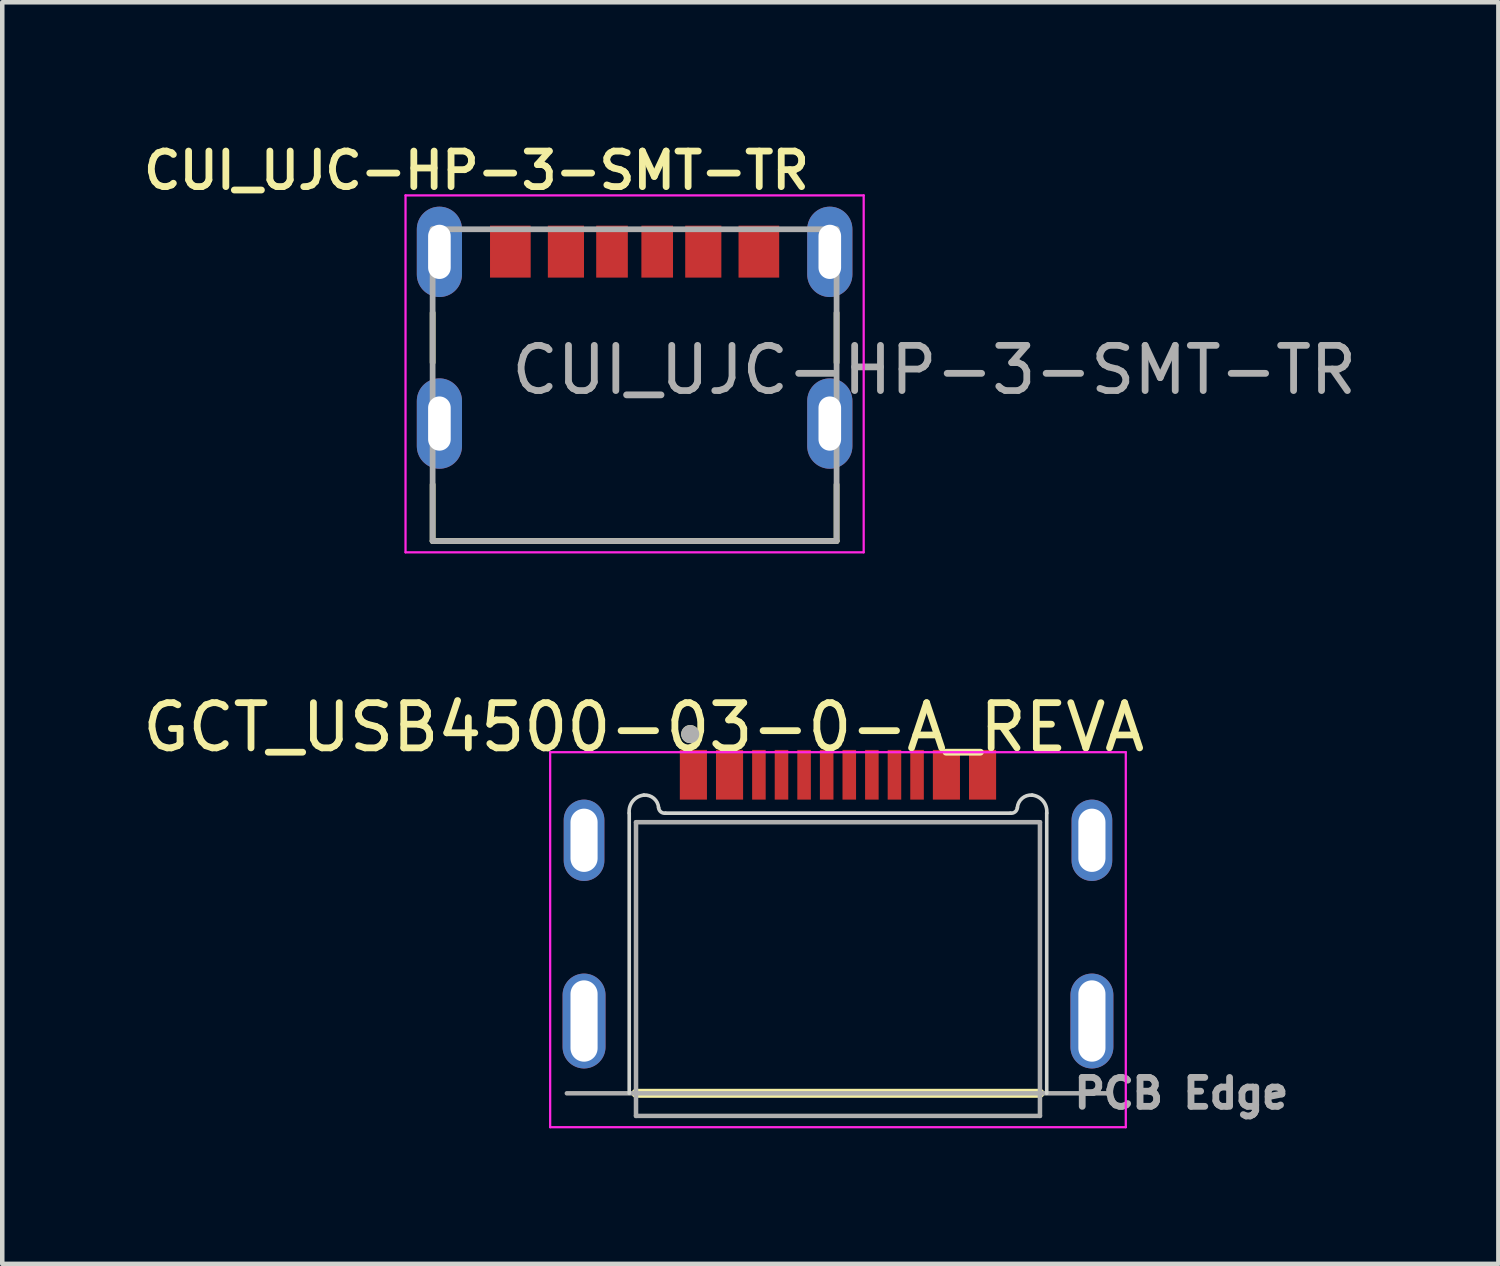
<source format=kicad_pcb>
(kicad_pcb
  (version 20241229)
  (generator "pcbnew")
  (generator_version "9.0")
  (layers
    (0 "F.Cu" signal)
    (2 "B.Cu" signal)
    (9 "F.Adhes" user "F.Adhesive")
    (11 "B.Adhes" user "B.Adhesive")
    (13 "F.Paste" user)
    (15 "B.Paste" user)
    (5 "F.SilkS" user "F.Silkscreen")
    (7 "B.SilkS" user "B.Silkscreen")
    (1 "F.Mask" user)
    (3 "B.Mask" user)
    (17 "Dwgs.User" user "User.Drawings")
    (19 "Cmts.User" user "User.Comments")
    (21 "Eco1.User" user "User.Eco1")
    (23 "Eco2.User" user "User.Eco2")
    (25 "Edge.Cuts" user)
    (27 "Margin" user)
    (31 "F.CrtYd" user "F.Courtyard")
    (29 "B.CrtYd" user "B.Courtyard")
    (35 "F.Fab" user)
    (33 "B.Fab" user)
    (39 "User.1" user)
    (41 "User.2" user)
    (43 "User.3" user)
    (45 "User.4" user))
  (footprint "CUI_UJC-HP-3-SMT-TR"
    (layer "F.Cu")
    (at 10.995 2.524)
    (property "Reference" "CUI_UJC-HP-3-SMT-TR" (at -3.5 -1.8 0) (layer "F.SilkS") (effects (font (size 0.787 0.787) (thickness 0.15))))
    (attr smd)
    (fp_line (start -4.47 2.45) (end -4.47 1.35) (stroke (width 0.127) (type solid)) (layer "F.SilkS"))
    (fp_line (start -4.47 6.4) (end -4.47 5.15) (stroke (width 0.127) (type solid)) (layer "F.SilkS"))
    (fp_line (start -4.47 6.4) (end 4.47 6.4) (stroke (width 0.127) (type solid)) (layer "F.SilkS"))
    (fp_line (start 4.47 2.45) (end 4.47 1.35) (stroke (width 0.127) (type solid)) (layer "F.SilkS"))
    (fp_line (start 4.47 6.4) (end 4.47 5.15) (stroke (width 0.127) (type solid)) (layer "F.SilkS"))
    (fp_line (start -5.07 -1.25) (end -5.07 6.65) (stroke (width 0.05) (type solid)) (layer "F.CrtYd"))
    (fp_line (start -5.07 6.65) (end 5.07 6.65) (stroke (width 0.05) (type solid)) (layer "F.CrtYd"))
    (fp_line (start 5.07 -1.25) (end -5.07 -1.25) (stroke (width 0.05) (type solid)) (layer "F.CrtYd"))
    (fp_line (start 5.07 6.65) (end 5.07 -1.25) (stroke (width 0.05) (type solid)) (layer "F.CrtYd"))
    (fp_line (start -4.47 -0.5) (end -4.47 6.4) (stroke (width 0.127) (type solid)) (layer "F.Fab"))
    (fp_line (start -4.47 6.4) (end 4.47 6.4) (stroke (width 0.127) (type solid)) (layer "F.Fab"))
    (fp_line (start 4.47 -0.5) (end -4.47 -0.5) (stroke (width 0.127) (type solid)) (layer "F.Fab"))
    (fp_line (start 4.47 6.4) (end 4.47 -0.5) (stroke (width 0.127) (type solid)) (layer "F.Fab"))
    (fp_text user "${REFERENCE}" (at -2.8 3.2 0) (unlocked yes) (layer "F.Fab") (effects (font (size 1 1) (thickness 0.15)) (justify left bottom)))
    (pad "A5" smd rect (at -0.5 -0.005 90) (size 1.15 0.7) (layers "F.Cu" "F.Mask" "F.Paste"))
    (pad "A9" smd rect (at 1.52 -0.005 90) (size 1.15 0.8) (layers "F.Cu" "F.Mask" "F.Paste"))
    (pad "A12" smd rect (at 2.75 -0.005 90) (size 1.15 0.9) (layers "F.Cu" "F.Mask" "F.Paste"))
    (pad "B5" smd rect (at 0.5 -0.005 90) (size 1.15 0.7) (layers "F.Cu" "F.Mask" "F.Paste"))
    (pad "B9" smd rect (at -1.52 -0.005 90) (size 1.15 0.8) (layers "F.Cu" "F.Mask" "F.Paste"))
    (pad "B12" smd rect (at -2.75 -0.005 90) (size 1.15 0.9) (layers "F.Cu" "F.Mask" "F.Paste"))
    (pad "S1" thru_hole oval (at -4.32 0) (size 1 2) (drill oval 0.5 1.2) (layers "*.Cu" "*.Mask"))
    (pad "S2" thru_hole oval (at 4.32 0) (size 1 2) (drill oval 0.5 1.2) (layers "*.Cu" "*.Mask"))
    (pad "S3" thru_hole oval (at -4.32 3.8) (size 1 2) (drill oval 0.5 1.2) (layers "*.Cu" "*.Mask"))
    (pad "S4" thru_hole oval (at 4.32 3.8) (size 1 2) (drill oval 0.5 1.2) (layers "*.Cu" "*.Mask")))
  (footprint "GCT_USB4500-03-0-A_REVA"
    (layer "F.Cu")
    (at 15.496 19.547)
    (property "Reference" "GCT_USB4500-03-0-A_REVA" (at -4.3 -6.5 0) (layer "F.SilkS") (effects (font (size 1 1) (thickness 0.15))))
    (attr smd)
    (fp_line (start -4.47 1.6) (end 4.47 1.6) (stroke (width 0.2) (type solid)) (layer "F.SilkS"))
    (fp_circle (center -3.27 -6.35) (end -3.17 -6.35) (stroke (width 0.2) (type solid)) (fill no) (layer "F.SilkS"))
    (fp_line (start -4.62 1.6) (end -4.62 -4.6) (stroke (width 0.08) (type solid)) (layer "Edge.Cuts"))
    (fp_line (start -3.82 -4.6) (end 3.82 -4.6) (stroke (width 0.08) (type solid)) (layer "Edge.Cuts"))
    (fp_line (start 4.62 -4.6) (end 4.62 1.6) (stroke (width 0.08) (type solid)) (layer "Edge.Cuts"))
    (fp_arc (start -4.619999 -4.6) (mid -4.540342 -4.867309) (end -4.295 -5) (stroke (width 0.08) (type solid)) (layer "Edge.Cuts"))
    (fp_arc (start -4.295 -5) (mid -4.07451 -4.92731) (end -3.97 -4.72) (stroke (width 0.08) (type solid)) (layer "Edge.Cuts"))
    (fp_arc (start -3.820001 -4.600001) (mid -3.919852 -4.628935) (end -3.969999 -4.72) (stroke (width 0.08) (type solid)) (layer "Edge.Cuts"))
    (fp_arc (start 3.969999 -4.720001) (mid 3.919852 -4.628935) (end 3.82 -4.600001) (stroke (width 0.08) (type solid)) (layer "Edge.Cuts"))
    (fp_arc (start 3.970002 -4.720001) (mid 4.074512 -4.927309) (end 4.295 -4.999999) (stroke (width 0.08) (type solid)) (layer "Edge.Cuts"))
    (fp_arc (start 4.295 -5) (mid 4.540343 -4.86731) (end 4.62 -4.6) (stroke (width 0.08) (type solid)) (layer "Edge.Cuts"))
    (fp_line (start -6.37 -5.95) (end 6.37 -5.95) (stroke (width 0.05) (type solid)) (layer "F.CrtYd"))
    (fp_line (start -6.37 2.35) (end -6.37 -5.95) (stroke (width 0.05) (type solid)) (layer "F.CrtYd"))
    (fp_line (start -6.37 2.35) (end 6.37 2.35) (stroke (width 0.05) (type solid)) (layer "F.CrtYd"))
    (fp_line (start 6.37 2.35) (end 6.37 -5.95) (stroke (width 0.05) (type solid)) (layer "F.CrtYd"))
    (fp_line (start -6 1.6) (end 6 1.6) (stroke (width 0.1) (type solid)) (layer "F.Fab"))
    (fp_line (start -4.47 -4.4) (end 4.47 -4.4) (stroke (width 0.1) (type solid)) (layer "F.Fab"))
    (fp_line (start -4.47 2.1) (end -4.47 -4.4) (stroke (width 0.1) (type solid)) (layer "F.Fab"))
    (fp_line (start -4.47 2.1) (end 4.47 2.1) (stroke (width 0.1) (type solid)) (layer "F.Fab"))
    (fp_line (start 4.47 2.1) (end 4.47 -4.4) (stroke (width 0.1) (type solid)) (layer "F.Fab"))
    (fp_circle (center -3.27 -6.35) (end -3.17 -6.35) (stroke (width 0.2) (type solid)) (fill no) (layer "F.Fab"))
    (fp_text user "PCB Edge" (at 7.6 1.6 0) (layer "F.Fab") (effects (font (size 0.64 0.64) (thickness 0.15))))
    (fp_text user "PCB CUTOUT" (at -3.6 -2.5 0) (unlocked yes) (layer "User.4") (effects (font (size 1 0.8) (thickness 0.15)) (justify left bottom)))
    (pad "A1_B12" smd rect (at -3.2 -5.45) (size 0.6 1.1) (layers "F.Cu" "F.Mask" "F.Paste"))
    (pad "A4_B9" smd rect (at -2.4 -5.45) (size 0.6 1.1) (layers "F.Cu" "F.Mask" "F.Paste"))
    (pad "A5" smd rect (at -1.25 -5.45) (size 0.3 1.1) (layers "F.Cu" "F.Mask" "F.Paste"))
    (pad "A6" smd rect (at -0.25 -5.45) (size 0.3 1.1) (layers "F.Cu" "F.Mask" "F.Paste"))
    (pad "A7" smd rect (at 0.25 -5.45) (size 0.3 1.1) (layers "F.Cu" "F.Mask" "F.Paste"))
    (pad "A8" smd rect (at 1.25 -5.45) (size 0.3 1.1) (layers "F.Cu" "F.Mask" "F.Paste"))
    (pad "B1_A12" smd rect (at 3.2 -5.45) (size 0.6 1.1) (layers "F.Cu" "F.Mask" "F.Paste"))
    (pad "B4_A9" smd rect (at 2.4 -5.45) (size 0.6 1.1) (layers "F.Cu" "F.Mask" "F.Paste"))
    (pad "B5" smd rect (at 1.75 -5.45) (size 0.3 1.1) (layers "F.Cu" "F.Mask" "F.Paste"))
    (pad "B6" smd rect (at 0.75 -5.45) (size 0.3 1.1) (layers "F.Cu" "F.Mask" "F.Paste"))
    (pad "B7" smd rect (at -0.75 -5.45) (size 0.3 1.1) (layers "F.Cu" "F.Mask" "F.Paste"))
    (pad "B8" smd rect (at -1.75 -5.45) (size 0.3 1.1) (layers "F.Cu" "F.Mask" "F.Paste"))
    (pad "S1" thru_hole oval (at -5.62 0) (size 0.95 2.1) (drill oval 0.6 1.8) (layers "*.Cu" "*.Mask"))
    (pad "S2" thru_hole oval (at 5.62 -4) (size 0.9 1.8) (drill oval 0.6 1.4) (layers "*.Cu" "*.Mask"))
    (pad "S3" thru_hole oval (at -5.62 -4) (size 0.9 1.8) (drill oval 0.6 1.4) (layers "*.Cu" "*.Mask"))
    (pad "S4" thru_hole oval (at 5.62 0) (size 0.95 2.1) (drill oval 0.6 1.8) (layers "*.Cu" "*.Mask")))
  (gr_rect
    (start -3 -3)
    (end 30.112 24.922)
    (stroke (width 0.1) (type default))
    (fill no)
    (layer "Edge.Cuts")))
</source>
